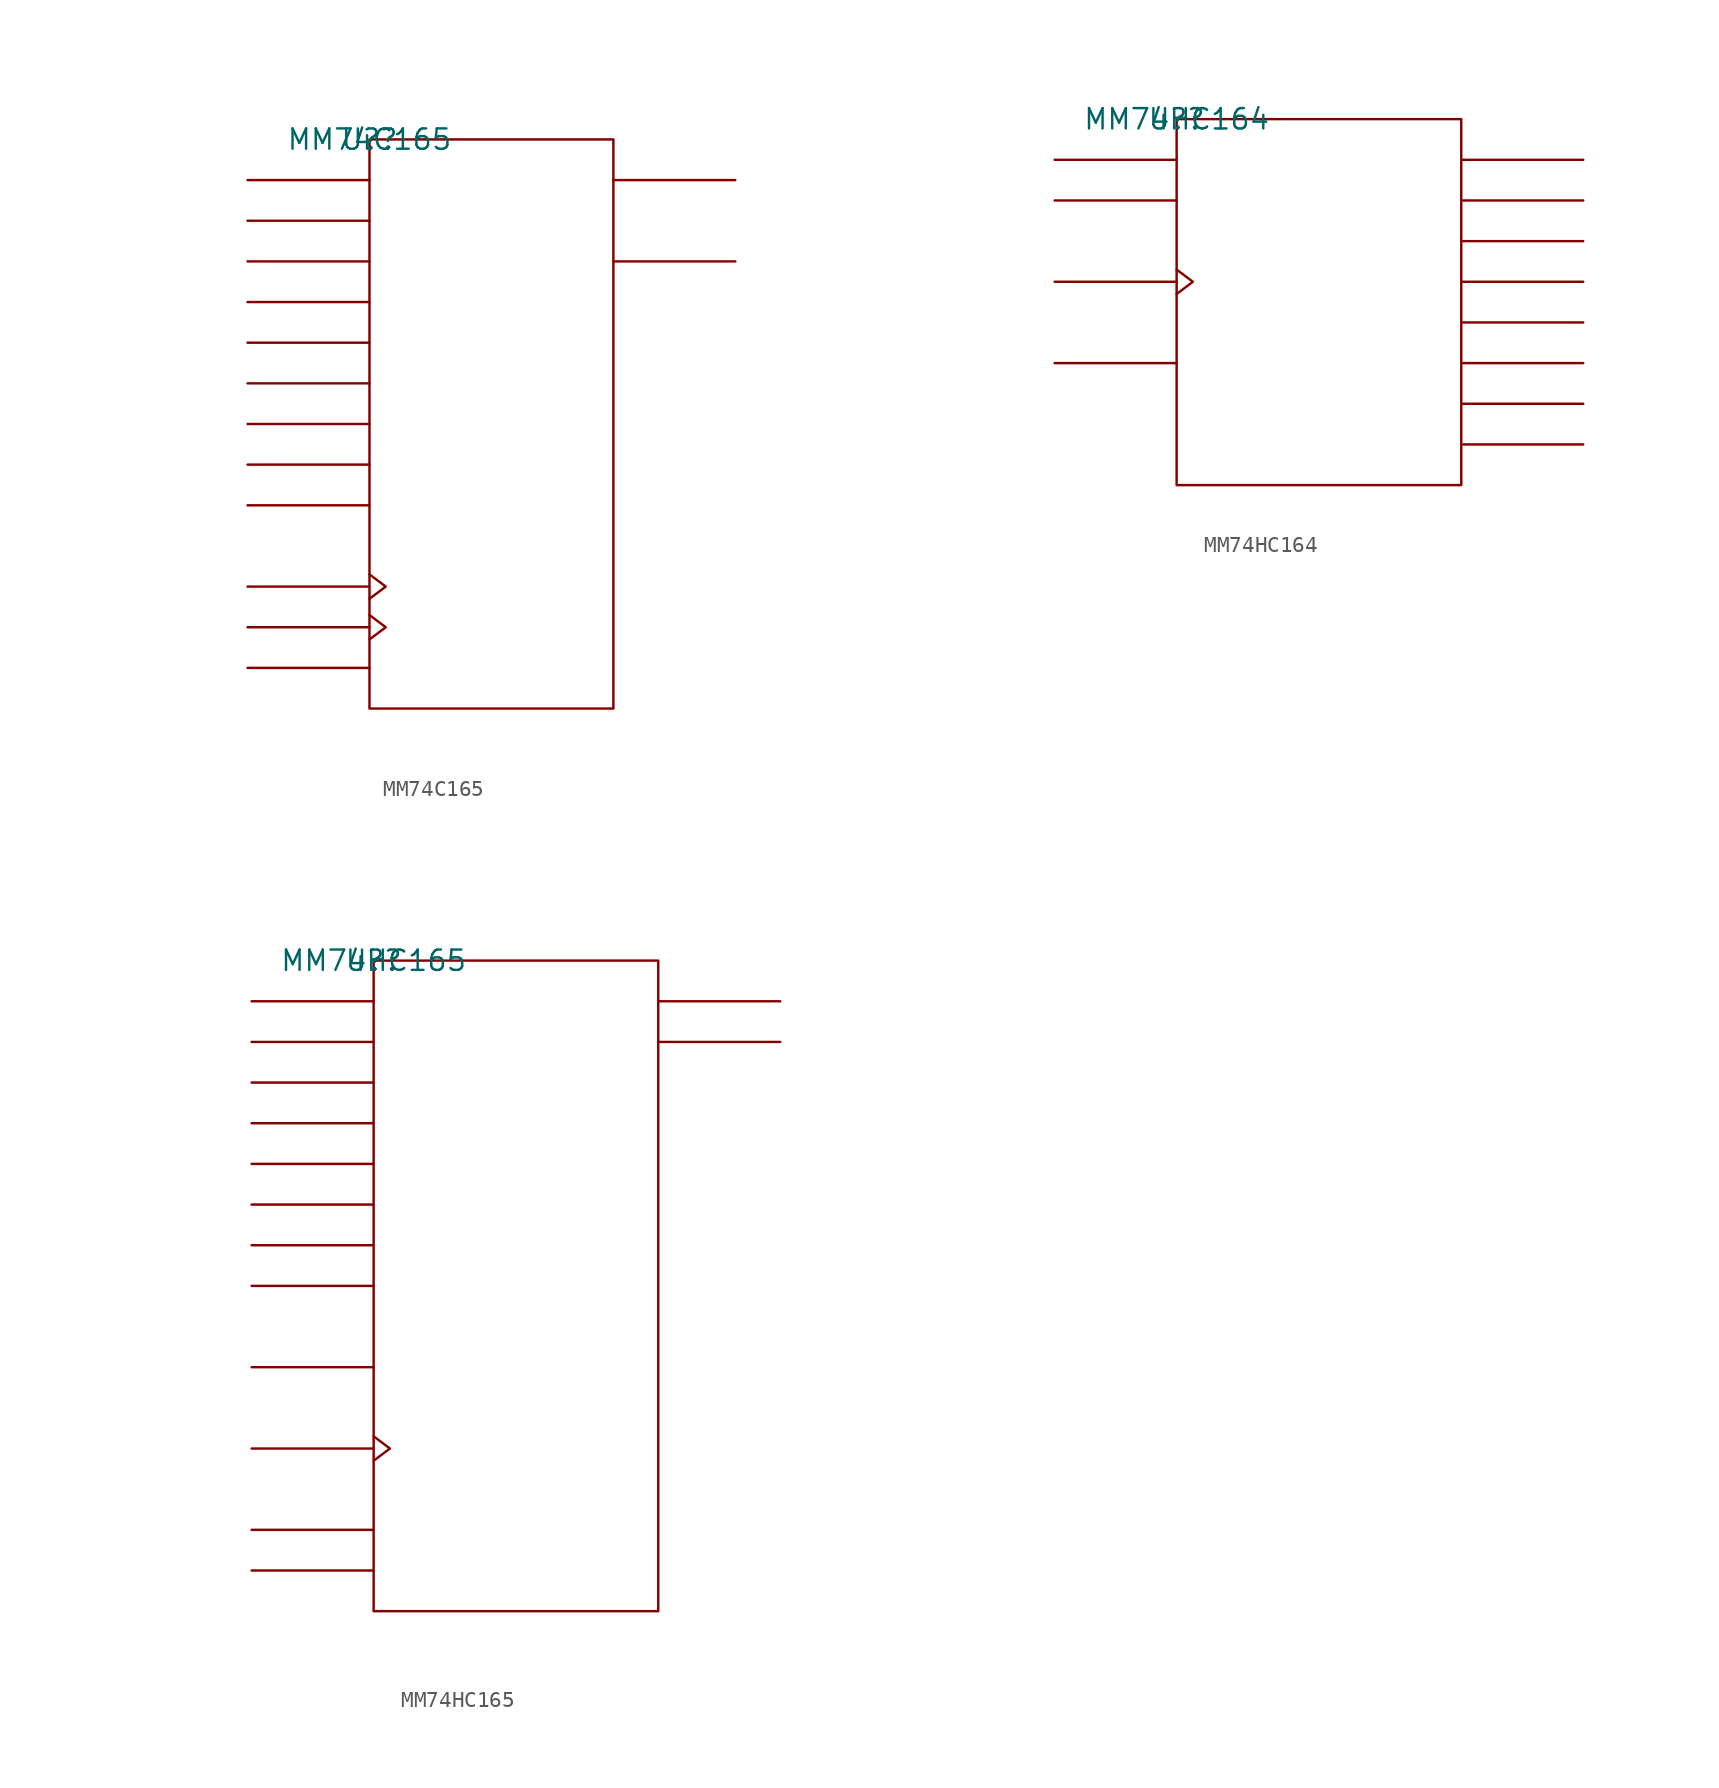
<source format=kicad_sym>
(kicad_symbol_lib
  (version 20211014)
  (generator kicad_symbol_editor)
  (symbol "MM74C165"
    (pin_names
      (offset 0.762))
    (property "Reference" "U?"
      (at 0 0 0)
      (effects (font (size 1.27 1.27))))
    (property "Value" "MM74C165"
      (at 0 0 0)
      (effects (font (size 1.27 1.27))))
    (symbol "MM74C165_0_1"
      (rectangle (start 0 -35.56) (end 15.24 0) (stroke (width 0) (type default) (color 0 0 0 0)) (fill (type none)))
      (polyline (pts (xy 0 -33.02) (xy -7.62 -33.02)) (stroke (width 0) (type default) (color 0 0 0 0)) (fill (type none)))
      (polyline (pts (xy 0 -30.48) (xy -7.62 -30.48)) (stroke (width 0) (type default) (color 0 0 0 0)) (fill (type none)))
      (polyline (pts (xy 0 -27.94) (xy -7.62 -27.94)) (stroke (width 0) (type default) (color 0 0 0 0)) (fill (type none)))
      (polyline (pts (xy 0 -22.86) (xy -7.62 -22.86)) (stroke (width 0) (type default) (color 0 0 0 0)) (fill (type none)))
      (polyline (pts (xy 0 -20.32) (xy -7.62 -20.32)) (stroke (width 0) (type default) (color 0 0 0 0)) (fill (type none)))
      (polyline (pts (xy 0 -17.78) (xy -7.62 -17.78)) (stroke (width 0) (type default) (color 0 0 0 0)) (fill (type none)))
      (polyline (pts (xy 0 -15.24) (xy -7.62 -15.24)) (stroke (width 0) (type default) (color 0 0 0 0)) (fill (type none)))
      (polyline (pts (xy 0 -12.7) (xy -7.62 -12.7)) (stroke (width 0) (type default) (color 0 0 0 0)) (fill (type none)))
      (polyline (pts (xy 0 -10.16) (xy -7.62 -10.16)) (stroke (width 0) (type default) (color 0 0 0 0)) (fill (type none)))
      (polyline (pts (xy 0 -7.62) (xy -7.62 -7.62)) (stroke (width 0) (type default) (color 0 0 0 0)) (fill (type none)))
      (polyline (pts (xy 0 -5.08) (xy -7.62 -5.08)) (stroke (width 0) (type default) (color 0 0 0 0)) (fill (type none)))
      (polyline (pts (xy 0 -2.54) (xy -7.62 -2.54)) (stroke (width 0) (type default) (color 0 0 0 0)) (fill (type none)))
      (polyline (pts (xy 15.24 -7.62) (xy 22.86 -7.62)) (stroke (width 0) (type default) (color 0 0 0 0)) (fill (type none)))
      (polyline (pts (xy 15.24 -2.54) (xy 22.86 -2.54)) (stroke (width 0) (type default) (color 0 0 0 0)) (fill (type none)))
      (polyline (pts (xy 0 -29.718) (xy 1.016 -30.48) (xy 0 -31.242)) (stroke (width 0) (type default) (color 0 0 0 0)) (fill (type none)))
      (polyline (pts (xy 0 -27.178) (xy 1.016 -27.94) (xy 0 -28.702)) (stroke (width 0) (type default) (color 0 0 0 0)) (fill (type none))))
    (symbol "MM74C165_1_1"
      (pin unspecified line (at -7.62 -33.02 0) (length 7.62) hide (name "SH/L\\D\\" (effects (font (size 1.245 1.245)))) (number "1" (effects (font (size 1.245 1.245)))))
      (pin unspecified line (at -7.62 -2.54 0) (length 7.62) hide (name "SER" (effects (font (size 1.245 1.245)))) (number "10" (effects (font (size 1.245 1.245)))))
      (pin unspecified line (at -7.62 -5.08 0) (length 7.62) hide (name "A" (effects (font (size 1.245 1.245)))) (number "11" (effects (font (size 1.245 1.245)))))
      (pin unspecified line (at -7.62 -7.62 0) (length 7.62) hide (name "B" (effects (font (size 1.245 1.245)))) (number "12" (effects (font (size 1.245 1.245)))))
      (pin unspecified line (at -7.62 -10.16 0) (length 7.62) hide (name "C" (effects (font (size 1.245 1.245)))) (number "13" (effects (font (size 1.245 1.245)))))
      (pin unspecified line (at -7.62 -12.7 0) (length 7.62) hide (name "D" (effects (font (size 1.245 1.245)))) (number "14" (effects (font (size 1.245 1.245)))))
      (pin unspecified line (at -7.62 -30.48 180) (length 7.62) hide (name "INH" (effects (font (size 1.245 1.245)))) (number "15" (effects (font (size 1.245 1.245)))))
      (pin power_in line (at 7.62 0 180) (length 7.62) hide (name "VCC" (effects (font (size 1.245 1.245)))) (number "16" (effects (font (size 1.245 1.245)))))
      (pin unspecified line (at -7.62 -27.94 180) (length 7.62) hide (name "CLK" (effects (font (size 1.245 1.245)))) (number "2" (effects (font (size 1.245 1.245)))))
      (pin unspecified line (at -7.62 -15.24 0) (length 7.62) hide (name "E" (effects (font (size 1.245 1.245)))) (number "3" (effects (font (size 1.245 1.245)))))
      (pin unspecified line (at -7.62 -17.78 0) (length 7.62) hide (name "F" (effects (font (size 1.245 1.245)))) (number "4" (effects (font (size 1.245 1.245)))))
      (pin unspecified line (at -7.62 -20.32 0) (length 7.62) hide (name "G" (effects (font (size 1.245 1.245)))) (number "5" (effects (font (size 1.245 1.245)))))
      (pin unspecified line (at -7.62 -22.86 0) (length 7.62) hide (name "H" (effects (font (size 1.245 1.245)))) (number "6" (effects (font (size 1.245 1.245)))))
      (pin unspecified line (at 22.86 -7.62 180) (length 7.62) hide (name "Q\\H\\" (effects (font (size 1.245 1.245)))) (number "7" (effects (font (size 1.245 1.245)))))
      (pin power_in line (at 10.16 -35.56 180) (length 7.62) hide (name "GND" (effects (font (size 1.245 1.245)))) (number "8" (effects (font (size 1.245 1.245)))))
      (pin unspecified line (at 22.86 -2.54 180) (length 7.62) hide (name "QH" (effects (font (size 1.245 1.245)))) (number "9" (effects (font (size 1.245 1.245)))))))
  (symbol "MM74HC164"
    (pin_names
      (offset 0.762))
    (property "Reference" "U?"
      (at 0 0 0)
      (effects (font (size 1.27 1.27))))
    (property "Value" "MM74HC164"
      (at 0 0 0)
      (effects (font (size 1.27 1.27))))
    (symbol "MM74HC164_0_1"
      (rectangle (start 0 -22.86) (end 17.78 0) (stroke (width 0) (type default) (color 0 0 0 0)) (fill (type none)))
      (polyline (pts (xy 0 -15.24) (xy -7.62 -15.24)) (stroke (width 0) (type default) (color 0 0 0 0)) (fill (type none)))
      (polyline (pts (xy 0 -10.16) (xy -7.62 -10.16)) (stroke (width 0) (type default) (color 0 0 0 0)) (fill (type none)))
      (polyline (pts (xy 0 -5.08) (xy -7.62 -5.08)) (stroke (width 0) (type default) (color 0 0 0 0)) (fill (type none)))
      (polyline (pts (xy 0 -2.54) (xy -7.62 -2.54)) (stroke (width 0) (type default) (color 0 0 0 0)) (fill (type none)))
      (polyline (pts (xy 17.78 -20.32) (xy 25.4 -20.32)) (stroke (width 0) (type default) (color 0 0 0 0)) (fill (type none)))
      (polyline (pts (xy 17.78 -17.78) (xy 25.4 -17.78)) (stroke (width 0) (type default) (color 0 0 0 0)) (fill (type none)))
      (polyline (pts (xy 17.78 -15.24) (xy 25.4 -15.24)) (stroke (width 0) (type default) (color 0 0 0 0)) (fill (type none)))
      (polyline (pts (xy 17.78 -12.7) (xy 25.4 -12.7)) (stroke (width 0) (type default) (color 0 0 0 0)) (fill (type none)))
      (polyline (pts (xy 17.78 -10.16) (xy 25.4 -10.16)) (stroke (width 0) (type default) (color 0 0 0 0)) (fill (type none)))
      (polyline (pts (xy 17.78 -7.62) (xy 25.4 -7.62)) (stroke (width 0) (type default) (color 0 0 0 0)) (fill (type none)))
      (polyline (pts (xy 17.78 -5.08) (xy 25.4 -5.08)) (stroke (width 0) (type default) (color 0 0 0 0)) (fill (type none)))
      (polyline (pts (xy 17.78 -2.54) (xy 25.4 -2.54)) (stroke (width 0) (type default) (color 0 0 0 0)) (fill (type none)))
      (polyline (pts (xy 0 -9.398) (xy 1.016 -10.16) (xy 0 -10.922)) (stroke (width 0) (type default) (color 0 0 0 0)) (fill (type none))))
    (symbol "MM74HC164_1_1"
      (pin unspecified line (at -7.62 -2.54 0) (length 7.62) hide (name "A" (effects (font (size 1.245 1.245)))) (number "1" (effects (font (size 1.245 1.245)))))
      (pin unspecified line (at 25.4 -12.7 180) (length 7.62) hide (name "QE" (effects (font (size 1.245 1.245)))) (number "10" (effects (font (size 1.245 1.245)))))
      (pin unspecified line (at 25.4 -15.24 180) (length 7.62) hide (name "QF" (effects (font (size 1.245 1.245)))) (number "11" (effects (font (size 1.245 1.245)))))
      (pin unspecified line (at 25.4 -17.78 180) (length 7.62) hide (name "QG" (effects (font (size 1.245 1.245)))) (number "12" (effects (font (size 1.245 1.245)))))
      (pin unspecified line (at 25.4 -20.32 180) (length 7.62) hide (name "QH" (effects (font (size 1.245 1.245)))) (number "13" (effects (font (size 1.245 1.245)))))
      (pin power_in line (at 7.62 0 0) (length 7.62) hide (name "VCC" (effects (font (size 1.245 1.245)))) (number "14" (effects (font (size 1.245 1.245)))))
      (pin unspecified line (at -7.62 -5.08 0) (length 7.62) hide (name "B" (effects (font (size 1.245 1.245)))) (number "2" (effects (font (size 1.245 1.245)))))
      (pin unspecified line (at 25.4 -2.54 180) (length 7.62) hide (name "QA" (effects (font (size 1.245 1.245)))) (number "3" (effects (font (size 1.245 1.245)))))
      (pin unspecified line (at 25.4 -5.08 180) (length 7.62) hide (name "QB" (effects (font (size 1.245 1.245)))) (number "4" (effects (font (size 1.245 1.245)))))
      (pin unspecified line (at 25.4 -7.62 180) (length 7.62) hide (name "QC" (effects (font (size 1.245 1.245)))) (number "5" (effects (font (size 1.245 1.245)))))
      (pin unspecified line (at 25.4 -10.16 180) (length 7.62) hide (name "QD" (effects (font (size 1.245 1.245)))) (number "6" (effects (font (size 1.245 1.245)))))
      (pin power_in line (at 10.16 -22.86 0) (length 7.62) hide (name "GND" (effects (font (size 1.245 1.245)))) (number "7" (effects (font (size 1.245 1.245)))))
      (pin unspecified line (at -7.62 -10.16 180) (length 7.62) hide (name "CLK" (effects (font (size 1.245 1.245)))) (number "8" (effects (font (size 1.245 1.245)))))
      (pin unspecified line (at -7.62 -15.24 0) (length 7.62) hide (name "C\\L\\R\\" (effects (font (size 1.245 1.245)))) (number "9" (effects (font (size 1.245 1.245)))))))
  (symbol "MM74HC165"
    (pin_names
      (offset 0.762))
    (property "Reference" "U?"
      (at 0 0 0)
      (effects (font (size 1.27 1.27))))
    (property "Value" "MM74HC165"
      (at 0 0 0)
      (effects (font (size 1.27 1.27))))
    (symbol "MM74HC165_0_1"
      (rectangle (start 0 -40.64) (end 17.78 0) (stroke (width 0) (type default) (color 0 0 0 0)) (fill (type none)))
      (polyline (pts (xy 0 -38.1) (xy -7.62 -38.1)) (stroke (width 0) (type default) (color 0 0 0 0)) (fill (type none)))
      (polyline (pts (xy 0 -35.56) (xy -7.62 -35.56)) (stroke (width 0) (type default) (color 0 0 0 0)) (fill (type none)))
      (polyline (pts (xy 0 -30.48) (xy -7.62 -30.48)) (stroke (width 0) (type default) (color 0 0 0 0)) (fill (type none)))
      (polyline (pts (xy 0 -25.4) (xy -7.62 -25.4)) (stroke (width 0) (type default) (color 0 0 0 0)) (fill (type none)))
      (polyline (pts (xy 0 -20.32) (xy -7.62 -20.32)) (stroke (width 0) (type default) (color 0 0 0 0)) (fill (type none)))
      (polyline (pts (xy 0 -17.78) (xy -7.62 -17.78)) (stroke (width 0) (type default) (color 0 0 0 0)) (fill (type none)))
      (polyline (pts (xy 0 -15.24) (xy -7.62 -15.24)) (stroke (width 0) (type default) (color 0 0 0 0)) (fill (type none)))
      (polyline (pts (xy 0 -12.7) (xy -7.62 -12.7)) (stroke (width 0) (type default) (color 0 0 0 0)) (fill (type none)))
      (polyline (pts (xy 0 -10.16) (xy -7.62 -10.16)) (stroke (width 0) (type default) (color 0 0 0 0)) (fill (type none)))
      (polyline (pts (xy 0 -7.62) (xy -7.62 -7.62)) (stroke (width 0) (type default) (color 0 0 0 0)) (fill (type none)))
      (polyline (pts (xy 0 -5.08) (xy -7.62 -5.08)) (stroke (width 0) (type default) (color 0 0 0 0)) (fill (type none)))
      (polyline (pts (xy 0 -2.54) (xy -7.62 -2.54)) (stroke (width 0) (type default) (color 0 0 0 0)) (fill (type none)))
      (polyline (pts (xy 17.78 -5.08) (xy 25.4 -5.08)) (stroke (width 0) (type default) (color 0 0 0 0)) (fill (type none)))
      (polyline (pts (xy 17.78 -2.54) (xy 25.4 -2.54)) (stroke (width 0) (type default) (color 0 0 0 0)) (fill (type none)))
      (polyline (pts (xy 0 -29.718) (xy 1.016 -30.48) (xy 0 -31.242)) (stroke (width 0) (type default) (color 0 0 0 0)) (fill (type none))))
    (symbol "MM74HC165_1_1"
      (pin unspecified line (at -7.62 -38.1 0) (length 7.62) hide (name "SH/L\\D\\" (effects (font (size 1.245 1.245)))) (number "1" (effects (font (size 1.245 1.245)))))
      (pin unspecified line (at -7.62 -25.4 0) (length 7.62) hide (name "SERIN" (effects (font (size 1.245 1.245)))) (number "10" (effects (font (size 1.245 1.245)))))
      (pin unspecified line (at -7.62 -2.54 0) (length 7.62) hide (name "A" (effects (font (size 1.245 1.245)))) (number "11" (effects (font (size 1.245 1.245)))))
      (pin unspecified line (at -7.62 -5.08 0) (length 7.62) hide (name "B" (effects (font (size 1.245 1.245)))) (number "12" (effects (font (size 1.245 1.245)))))
      (pin unspecified line (at -7.62 -7.62 0) (length 7.62) hide (name "C" (effects (font (size 1.245 1.245)))) (number "13" (effects (font (size 1.245 1.245)))))
      (pin unspecified line (at -7.62 -10.16 0) (length 7.62) hide (name "D" (effects (font (size 1.245 1.245)))) (number "14" (effects (font (size 1.245 1.245)))))
      (pin unspecified line (at -7.62 -35.56 0) (length 7.62) hide (name "CLKINH" (effects (font (size 1.245 1.245)))) (number "15" (effects (font (size 1.245 1.245)))))
      (pin power_in line (at 7.62 0 180) (length 7.62) hide (name "VCC" (effects (font (size 1.245 1.245)))) (number "16" (effects (font (size 1.245 1.245)))))
      (pin unspecified line (at -7.62 -30.48 180) (length 7.62) hide (name "CLK" (effects (font (size 1.245 1.245)))) (number "2" (effects (font (size 1.245 1.245)))))
      (pin unspecified line (at -7.62 -12.7 0) (length 7.62) hide (name "E" (effects (font (size 1.245 1.245)))) (number "3" (effects (font (size 1.245 1.245)))))
      (pin unspecified line (at -7.62 -15.24 0) (length 7.62) hide (name "F" (effects (font (size 1.245 1.245)))) (number "4" (effects (font (size 1.245 1.245)))))
      (pin unspecified line (at -7.62 -17.78 0) (length 7.62) hide (name "G" (effects (font (size 1.245 1.245)))) (number "5" (effects (font (size 1.245 1.245)))))
      (pin unspecified line (at -7.62 -20.32 0) (length 7.62) hide (name "H" (effects (font (size 1.245 1.245)))) (number "6" (effects (font (size 1.245 1.245)))))
      (pin unspecified line (at 25.4 -5.08 180) (length 7.62) hide (name "Q\\H\\" (effects (font (size 1.245 1.245)))) (number "7" (effects (font (size 1.245 1.245)))))
      (pin power_in line (at 12.7 -40.64 180) (length 7.62) hide (name "GND" (effects (font (size 1.245 1.245)))) (number "8" (effects (font (size 1.245 1.245)))))
      (pin unspecified line (at 25.4 -2.54 180) (length 7.62) hide (name "QH" (effects (font (size 1.245 1.245)))) (number "9" (effects (font (size 1.245 1.245))))))))
</source>
